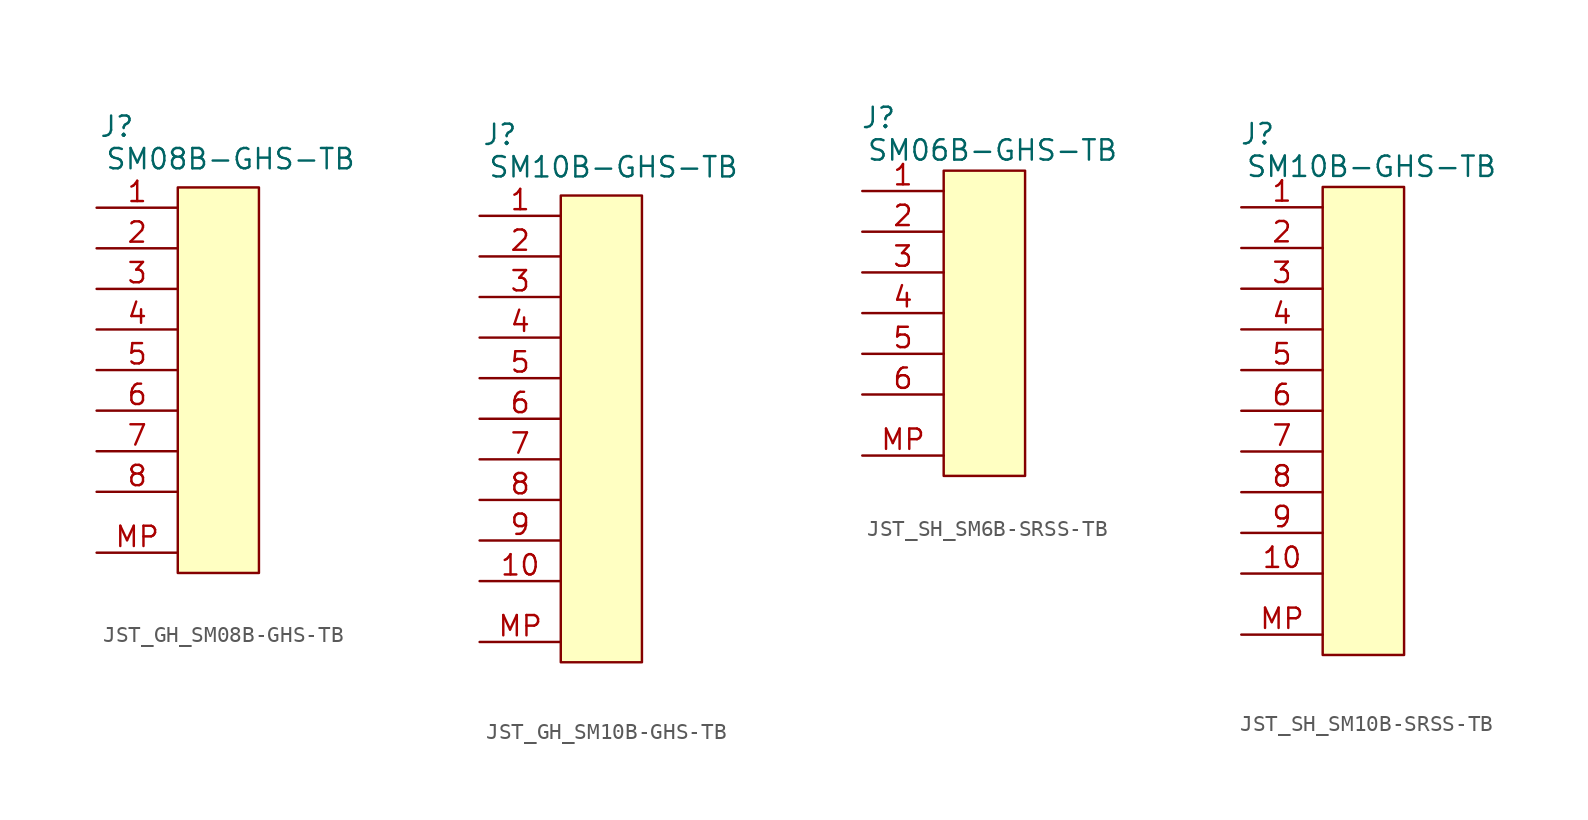
<source format=kicad_sym>
(kicad_symbol_lib
  (version 20241209)
  (generator "kicad_symbol_editor")
  (generator_version "9.0")
  (symbol "JST_GH_SM08B-GHS-TB"
    (pin_names
      (hide yes))
    (property "Reference" "J"
      (at 1.27 5.08 0)
      (effects (font (size 1.27 1.27))))
    (property "Value" "SM08B-GHS-TB"
      (at 8.382 3.048 0)
      (effects (font (size 1.27 1.27))))
    (symbol "JST_GH_SM08B-GHS-TB_1_1"
      (rectangle (start 5.08 1.27) (end 10.16 -22.86) (stroke (width 0) (type default)) (fill (type background)))
      (pin passive line (at 0 0 0) (length 5.08) (name "1" (effects (font (size 1.27 1.27)))) (number "1" (effects (font (size 1.27 1.27)))))
      (pin passive line (at 0 -2.54 0) (length 5.08) (name "1" (effects (font (size 1.27 1.27)))) (number "2" (effects (font (size 1.27 1.27)))))
      (pin passive line (at 0 -5.08 0) (length 5.08) (name "1" (effects (font (size 1.27 1.27)))) (number "3" (effects (font (size 1.27 1.27)))))
      (pin passive line (at 0 -7.62 0) (length 5.08) (name "1" (effects (font (size 1.27 1.27)))) (number "4" (effects (font (size 1.27 1.27)))))
      (pin passive line (at 0 -10.16 0) (length 5.08) (name "1" (effects (font (size 1.27 1.27)))) (number "5" (effects (font (size 1.27 1.27)))))
      (pin passive line (at 0 -12.7 0) (length 5.08) (name "1" (effects (font (size 1.27 1.27)))) (number "6" (effects (font (size 1.27 1.27)))))
      (pin passive line (at 0 -15.24 0) (length 5.08) (name "1" (effects (font (size 1.27 1.27)))) (number "7" (effects (font (size 1.27 1.27)))))
      (pin passive line (at 0 -17.78 0) (length 5.08) (name "1" (effects (font (size 1.27 1.27)))) (number "8" (effects (font (size 1.27 1.27)))))
      (pin passive line (at 0 -21.59 0) (length 5.08) (name "MP" (effects (font (size 1.27 1.27)))) (number "MP" (effects (font (size 1.27 1.27)))))))
  (symbol "JST_GH_SM10B-GHS-TB"
    (pin_names
      (hide yes))
    (property "Reference" "J"
      (at 1.27 5.08 0)
      (effects (font (size 1.27 1.27))))
    (property "Value" "SM10B-GHS-TB"
      (at 8.382 3.048 0)
      (effects (font (size 1.27 1.27))))
    (symbol "JST_GH_SM10B-GHS-TB_1_1"
      (rectangle (start 5.08 1.27) (end 10.16 -27.94) (stroke (width 0) (type default)) (fill (type background)))
      (pin passive line (at 0 0 0) (length 5.08) (name "1" (effects (font (size 1.27 1.27)))) (number "1" (effects (font (size 1.27 1.27)))))
      (pin passive line (at 0 -2.54 0) (length 5.08) (name "1" (effects (font (size 1.27 1.27)))) (number "2" (effects (font (size 1.27 1.27)))))
      (pin passive line (at 0 -5.08 0) (length 5.08) (name "1" (effects (font (size 1.27 1.27)))) (number "3" (effects (font (size 1.27 1.27)))))
      (pin passive line (at 0 -7.62 0) (length 5.08) (name "1" (effects (font (size 1.27 1.27)))) (number "4" (effects (font (size 1.27 1.27)))))
      (pin passive line (at 0 -10.16 0) (length 5.08) (name "1" (effects (font (size 1.27 1.27)))) (number "5" (effects (font (size 1.27 1.27)))))
      (pin passive line (at 0 -12.7 0) (length 5.08) (name "1" (effects (font (size 1.27 1.27)))) (number "6" (effects (font (size 1.27 1.27)))))
      (pin passive line (at 0 -15.24 0) (length 5.08) (name "1" (effects (font (size 1.27 1.27)))) (number "7" (effects (font (size 1.27 1.27)))))
      (pin passive line (at 0 -17.78 0) (length 5.08) (name "1" (effects (font (size 1.27 1.27)))) (number "8" (effects (font (size 1.27 1.27)))))
      (pin passive line (at 0 -20.32 0) (length 5.08) (name "1" (effects (font (size 1.27 1.27)))) (number "9" (effects (font (size 1.27 1.27)))))
      (pin passive line (at 0 -22.86 0) (length 5.08) (name "1" (effects (font (size 1.27 1.27)))) (number "10" (effects (font (size 1.27 1.27)))))
      (pin passive line (at 0 -26.67 0) (length 5.08) (name "MP" (effects (font (size 1.27 1.27)))) (number "MP" (effects (font (size 1.27 1.27)))))))
  (symbol "JST_SH_SM6B-SRSS-TB"
    (pin_names
      (hide yes))
    (property "Reference" "J"
      (at 1.016 4.572 0)
      (effects (font (size 1.27 1.27))))
    (property "Value" "SM06B-GHS-TB"
      (at 8.128 2.54 0)
      (effects (font (size 1.27 1.27))))
    (symbol "JST_SH_SM6B-SRSS-TB_1_1"
      (rectangle (start 5.08 1.27) (end 10.16 -17.78) (stroke (width 0) (type default)) (fill (type background)))
      (pin passive line (at 0 0 0) (length 5.08) (name "1" (effects (font (size 1.27 1.27)))) (number "1" (effects (font (size 1.27 1.27)))))
      (pin passive line (at 0 -2.54 0) (length 5.08) (name "1" (effects (font (size 1.27 1.27)))) (number "2" (effects (font (size 1.27 1.27)))))
      (pin passive line (at 0 -5.08 0) (length 5.08) (name "1" (effects (font (size 1.27 1.27)))) (number "3" (effects (font (size 1.27 1.27)))))
      (pin passive line (at 0 -7.62 0) (length 5.08) (name "1" (effects (font (size 1.27 1.27)))) (number "4" (effects (font (size 1.27 1.27)))))
      (pin passive line (at 0 -10.16 0) (length 5.08) (name "1" (effects (font (size 1.27 1.27)))) (number "5" (effects (font (size 1.27 1.27)))))
      (pin passive line (at 0 -12.7 0) (length 5.08) (name "1" (effects (font (size 1.27 1.27)))) (number "6" (effects (font (size 1.27 1.27)))))
      (pin passive line (at 0 -16.51 0) (length 5.08) (name "MP" (effects (font (size 1.27 1.27)))) (number "MP" (effects (font (size 1.27 1.27)))))))
  (symbol "JST_SH_SM10B-SRSS-TB"
    (pin_names
      (hide yes))
    (property "Reference" "J"
      (at 1.016 4.572 0)
      (effects (font (size 1.27 1.27))))
    (property "Value" "SM10B-GHS-TB"
      (at 8.128 2.54 0)
      (effects (font (size 1.27 1.27))))
    (symbol "JST_SH_SM10B-SRSS-TB_1_1"
      (rectangle (start 5.08 1.27) (end 10.16 -27.94) (stroke (width 0) (type default)) (fill (type background)))
      (pin passive line (at 0 0 0) (length 5.08) (name "1" (effects (font (size 1.27 1.27)))) (number "1" (effects (font (size 1.27 1.27)))))
      (pin passive line (at 0 -2.54 0) (length 5.08) (name "1" (effects (font (size 1.27 1.27)))) (number "2" (effects (font (size 1.27 1.27)))))
      (pin passive line (at 0 -5.08 0) (length 5.08) (name "1" (effects (font (size 1.27 1.27)))) (number "3" (effects (font (size 1.27 1.27)))))
      (pin passive line (at 0 -7.62 0) (length 5.08) (name "1" (effects (font (size 1.27 1.27)))) (number "4" (effects (font (size 1.27 1.27)))))
      (pin passive line (at 0 -10.16 0) (length 5.08) (name "1" (effects (font (size 1.27 1.27)))) (number "5" (effects (font (size 1.27 1.27)))))
      (pin passive line (at 0 -12.7 0) (length 5.08) (name "1" (effects (font (size 1.27 1.27)))) (number "6" (effects (font (size 1.27 1.27)))))
      (pin passive line (at 0 -15.24 0) (length 5.08) (name "1" (effects (font (size 1.27 1.27)))) (number "7" (effects (font (size 1.27 1.27)))))
      (pin passive line (at 0 -17.78 0) (length 5.08) (name "1" (effects (font (size 1.27 1.27)))) (number "8" (effects (font (size 1.27 1.27)))))
      (pin passive line (at 0 -20.32 0) (length 5.08) (name "1" (effects (font (size 1.27 1.27)))) (number "9" (effects (font (size 1.27 1.27)))))
      (pin passive line (at 0 -22.86 0) (length 5.08) (name "1" (effects (font (size 1.27 1.27)))) (number "10" (effects (font (size 1.27 1.27)))))
      (pin passive line (at 0 -26.67 0) (length 5.08) (name "MP" (effects (font (size 1.27 1.27)))) (number "MP" (effects (font (size 1.27 1.27))))))))
</source>
